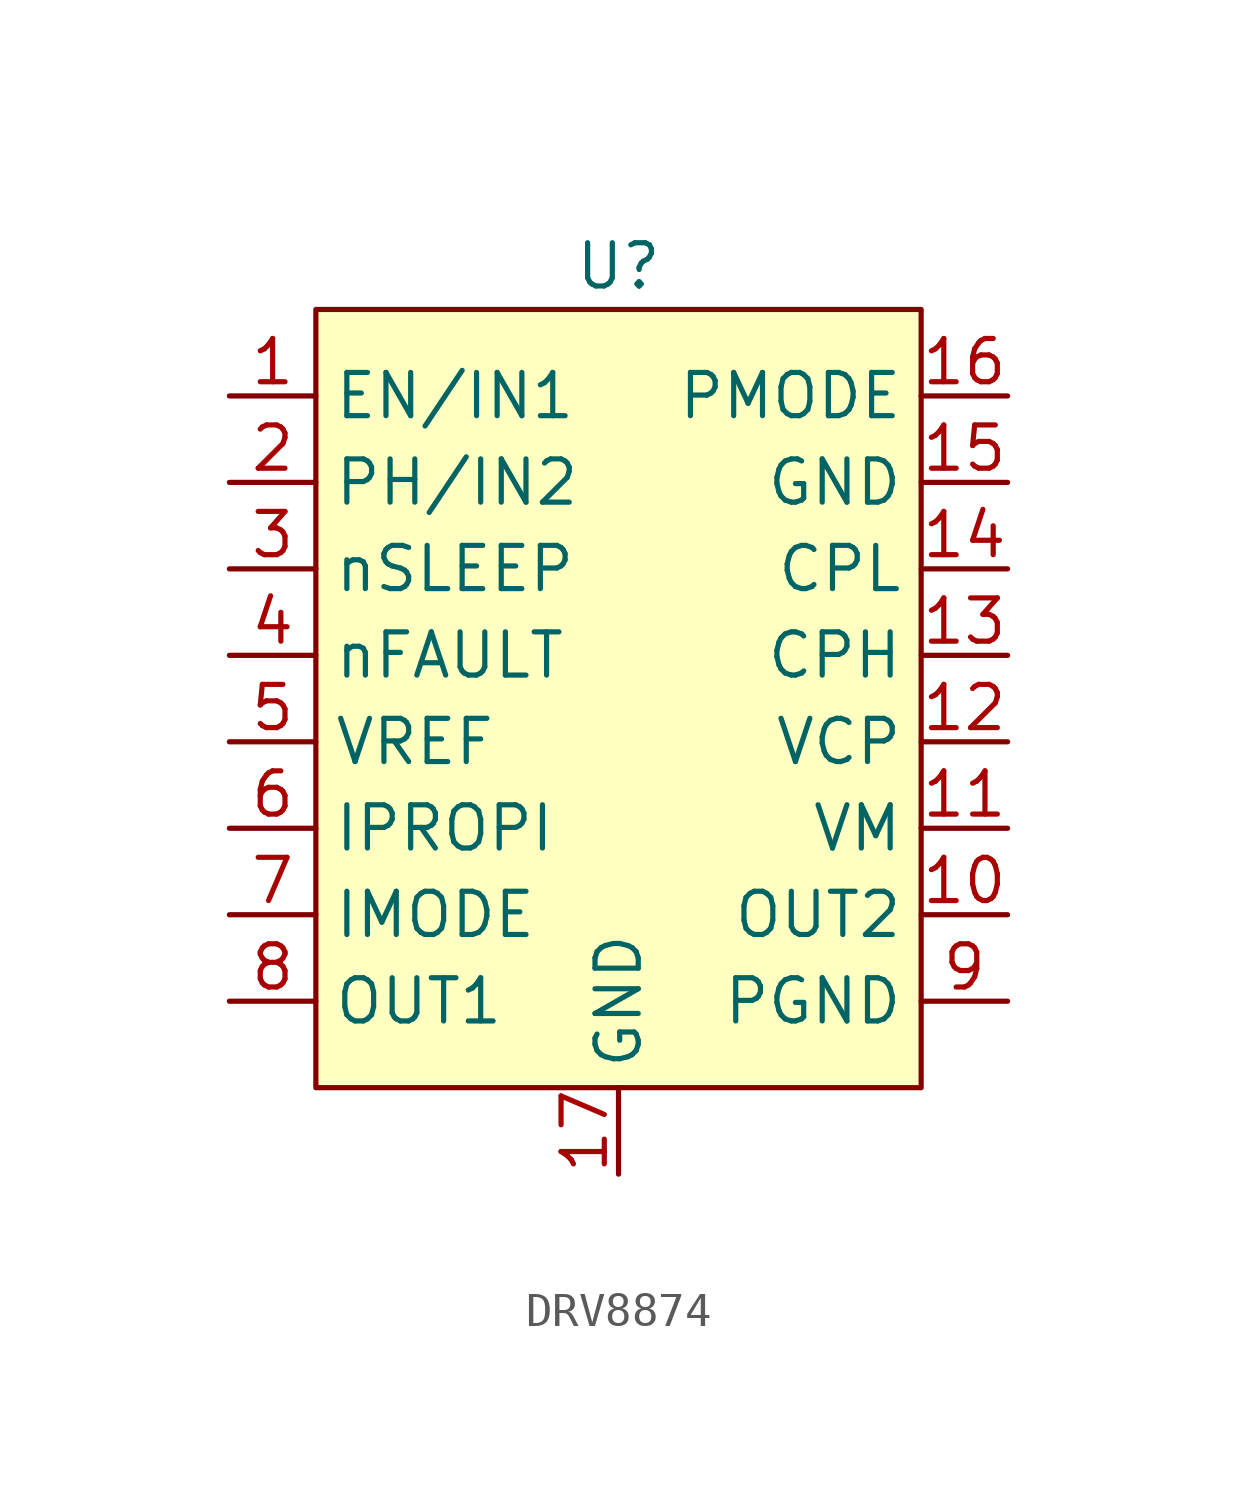
<source format=kicad_sym>
(kicad_symbol_lib
  (version 20241209)
  (generator "kicad_symbol_editor")
  (generator_version "9.0")
  (symbol "DRV8874"
    (property "Reference" "U"
      (at 0 3.81 0)
      (effects (font (size 1.27 1.27))))
    (property "Value" ""
      (at 0 0 0)
      (effects (font (size 1.27 1.27))))
    (symbol "DRV8874_1_1"
      (rectangle (start -8.89 2.54) (end 8.89 -20.32) (stroke (width 0) (type solid)) (fill (type background)))
      (pin passive line (at -11.43 0 0) (length 2.54) (name "EN/IN1" (effects (font (size 1.27 1.27)))) (number "1" (effects (font (size 1.27 1.27)))))
      (pin passive line (at -11.43 -2.54 0) (length 2.54) (name "PH/IN2" (effects (font (size 1.27 1.27)))) (number "2" (effects (font (size 1.27 1.27)))))
      (pin passive line (at -11.43 -5.08 0) (length 2.54) (name "nSLEEP" (effects (font (size 1.27 1.27)))) (number "3" (effects (font (size 1.27 1.27)))))
      (pin passive line (at -11.43 -7.62 0) (length 2.54) (name "nFAULT" (effects (font (size 1.27 1.27)))) (number "4" (effects (font (size 1.27 1.27)))))
      (pin passive line (at -11.43 -10.16 0) (length 2.54) (name "VREF" (effects (font (size 1.27 1.27)))) (number "5" (effects (font (size 1.27 1.27)))))
      (pin passive line (at -11.43 -12.7 0) (length 2.54) (name "IPROPI" (effects (font (size 1.27 1.27)))) (number "6" (effects (font (size 1.27 1.27)))))
      (pin passive line (at -11.43 -15.24 0) (length 2.54) (name "IMODE" (effects (font (size 1.27 1.27)))) (number "7" (effects (font (size 1.27 1.27)))))
      (pin passive line (at -11.43 -17.78 0) (length 2.54) (name "OUT1" (effects (font (size 1.27 1.27)))) (number "8" (effects (font (size 1.27 1.27)))))
      (pin passive line (at 0 -22.86 90) (length 2.54) (name "GND" (effects (font (size 1.27 1.27)))) (number "17" (effects (font (size 1.27 1.27)))))
      (pin passive line (at 11.43 0 180) (length 2.54) (name "PMODE" (effects (font (size 1.27 1.27)))) (number "16" (effects (font (size 1.27 1.27)))))
      (pin passive line (at 11.43 -2.54 180) (length 2.54) (name "GND" (effects (font (size 1.27 1.27)))) (number "15" (effects (font (size 1.27 1.27)))))
      (pin passive line (at 11.43 -5.08 180) (length 2.54) (name "CPL" (effects (font (size 1.27 1.27)))) (number "14" (effects (font (size 1.27 1.27)))))
      (pin passive line (at 11.43 -7.62 180) (length 2.54) (name "CPH" (effects (font (size 1.27 1.27)))) (number "13" (effects (font (size 1.27 1.27)))))
      (pin passive line (at 11.43 -10.16 180) (length 2.54) (name "VCP" (effects (font (size 1.27 1.27)))) (number "12" (effects (font (size 1.27 1.27)))))
      (pin passive line (at 11.43 -12.7 180) (length 2.54) (name "VM" (effects (font (size 1.27 1.27)))) (number "11" (effects (font (size 1.27 1.27)))))
      (pin passive line (at 11.43 -15.24 180) (length 2.54) (name "OUT2" (effects (font (size 1.27 1.27)))) (number "10" (effects (font (size 1.27 1.27)))))
      (pin passive line (at 11.43 -17.78 180) (length 2.54) (name "PGND" (effects (font (size 1.27 1.27)))) (number "9" (effects (font (size 1.27 1.27))))))))
</source>
